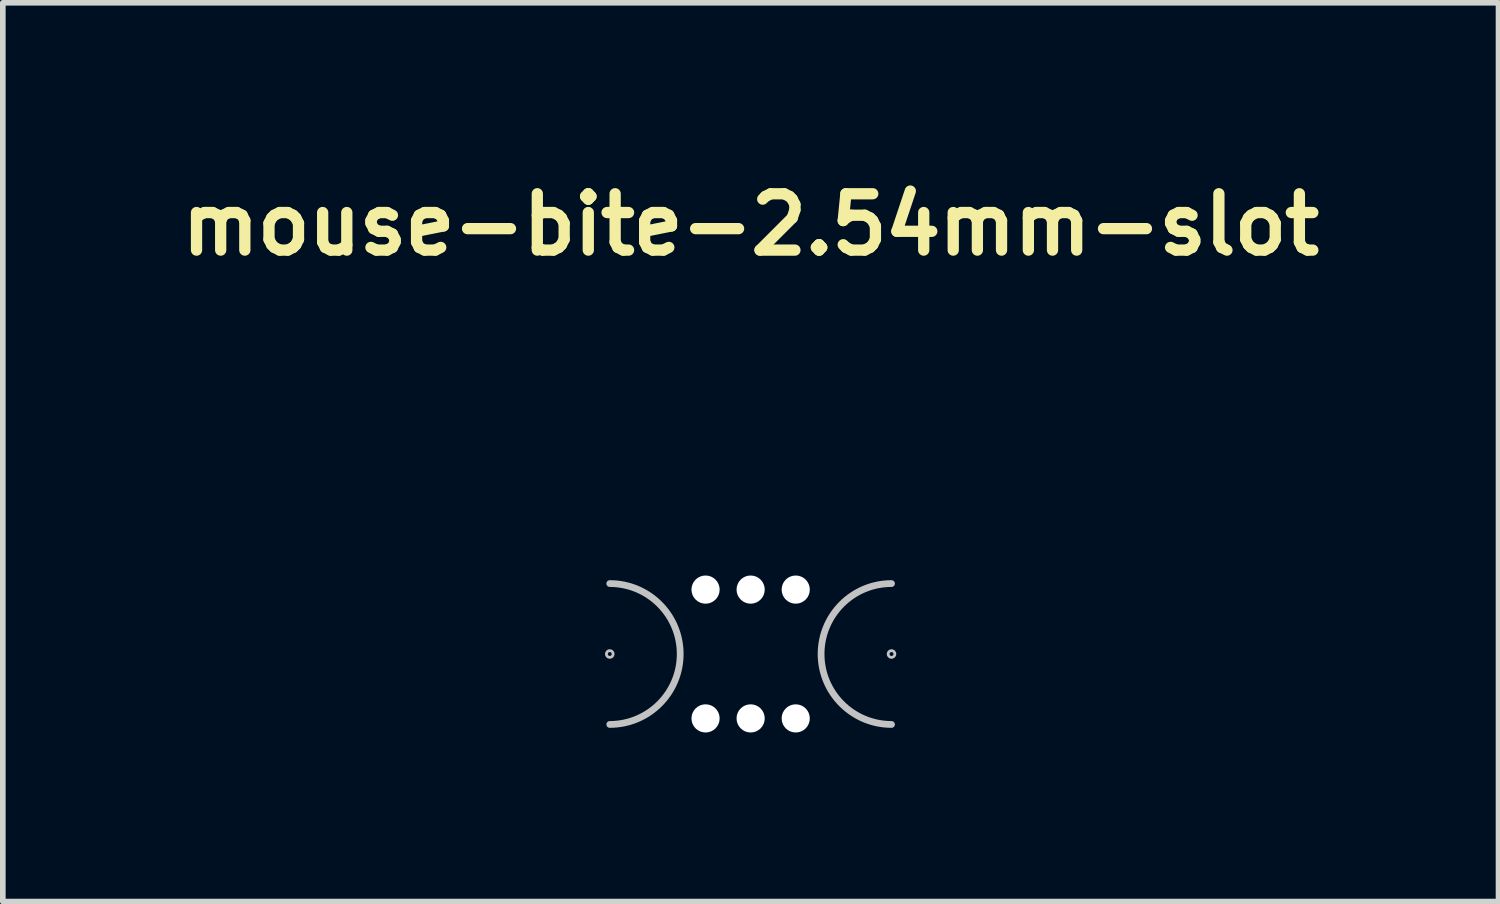
<source format=kicad_pcb>
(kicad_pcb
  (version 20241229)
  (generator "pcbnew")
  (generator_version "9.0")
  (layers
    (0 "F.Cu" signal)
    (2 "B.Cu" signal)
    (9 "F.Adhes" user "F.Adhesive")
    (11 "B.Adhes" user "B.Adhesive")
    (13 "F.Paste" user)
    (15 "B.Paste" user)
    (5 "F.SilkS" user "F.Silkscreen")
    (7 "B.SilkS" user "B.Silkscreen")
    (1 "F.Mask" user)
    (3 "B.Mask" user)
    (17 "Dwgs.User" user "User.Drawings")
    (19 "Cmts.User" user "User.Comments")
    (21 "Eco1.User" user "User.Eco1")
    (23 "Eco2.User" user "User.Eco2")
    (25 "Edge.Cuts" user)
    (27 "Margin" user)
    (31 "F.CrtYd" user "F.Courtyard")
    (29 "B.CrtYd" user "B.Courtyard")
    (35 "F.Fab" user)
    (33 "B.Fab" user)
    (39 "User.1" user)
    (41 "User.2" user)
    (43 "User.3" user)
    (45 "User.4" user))
  (footprint "mouse-bite-2.54mm-slot"
    (layer "F.Cu")
    (at 10.271 8.556)
    (property "Reference" "mouse-bite-2.54mm-slot" (at 0 -7.62 0) (layer "F.SilkS") (effects (font (size 1 1) (thickness 0.2))))
    (attr through_hole)
    (fp_arc (start -2.5 -1.25) (mid -1.25 0) (end -2.5 1.25) (stroke (width 0.12) (type solid)) (layer "Dwgs.User"))
    (fp_arc (start 2.5 1.25) (mid 1.25 0) (end 2.5 -1.25) (stroke (width 0.12) (type solid)) (layer "Dwgs.User"))
    (fp_circle (center -2.5 0) (end -2.5 -0.06) (stroke (width 0.05) (type solid)) (fill no) (layer "Dwgs.User"))
    (fp_circle (center 0 1.143) (end 0.06 1.143) (stroke (width 0.05) (type solid)) (fill no) (layer "Dwgs.User"))
    (fp_circle (center 2.5 0) (end 2.5 -0.06) (stroke (width 0.05) (type solid)) (fill no) (layer "Dwgs.User"))
    (pad "" np_thru_hole circle (at -0.8 -1.143) (size 0.5 0.5) (drill 0.5) (layers "*.Cu" "*.Mask"))
    (pad "" np_thru_hole circle (at -0.8 1.143) (size 0.5 0.5) (drill 0.5) (layers "*.Cu" "*.Mask"))
    (pad "" np_thru_hole circle (at 0 -1.143) (size 0.5 0.5) (drill 0.5) (layers "*.Cu" "*.Mask"))
    (pad "" np_thru_hole circle (at 0 1.143) (size 0.5 0.5) (drill 0.5) (layers "*.Cu" "*.Mask"))
    (pad "" np_thru_hole circle (at 0.8 -1.143) (size 0.5 0.5) (drill 0.5) (layers "*.Cu" "*.Mask"))
    (pad "" np_thru_hole circle (at 0.8 1.143) (size 0.5 0.5) (drill 0.5) (layers "*.Cu" "*.Mask")))
  (gr_rect
    (start -3 -3)
    (end 23.543 12.949)
    (stroke (width 0.1) (type default))
    (fill no)
    (layer "Edge.Cuts")))
</source>
